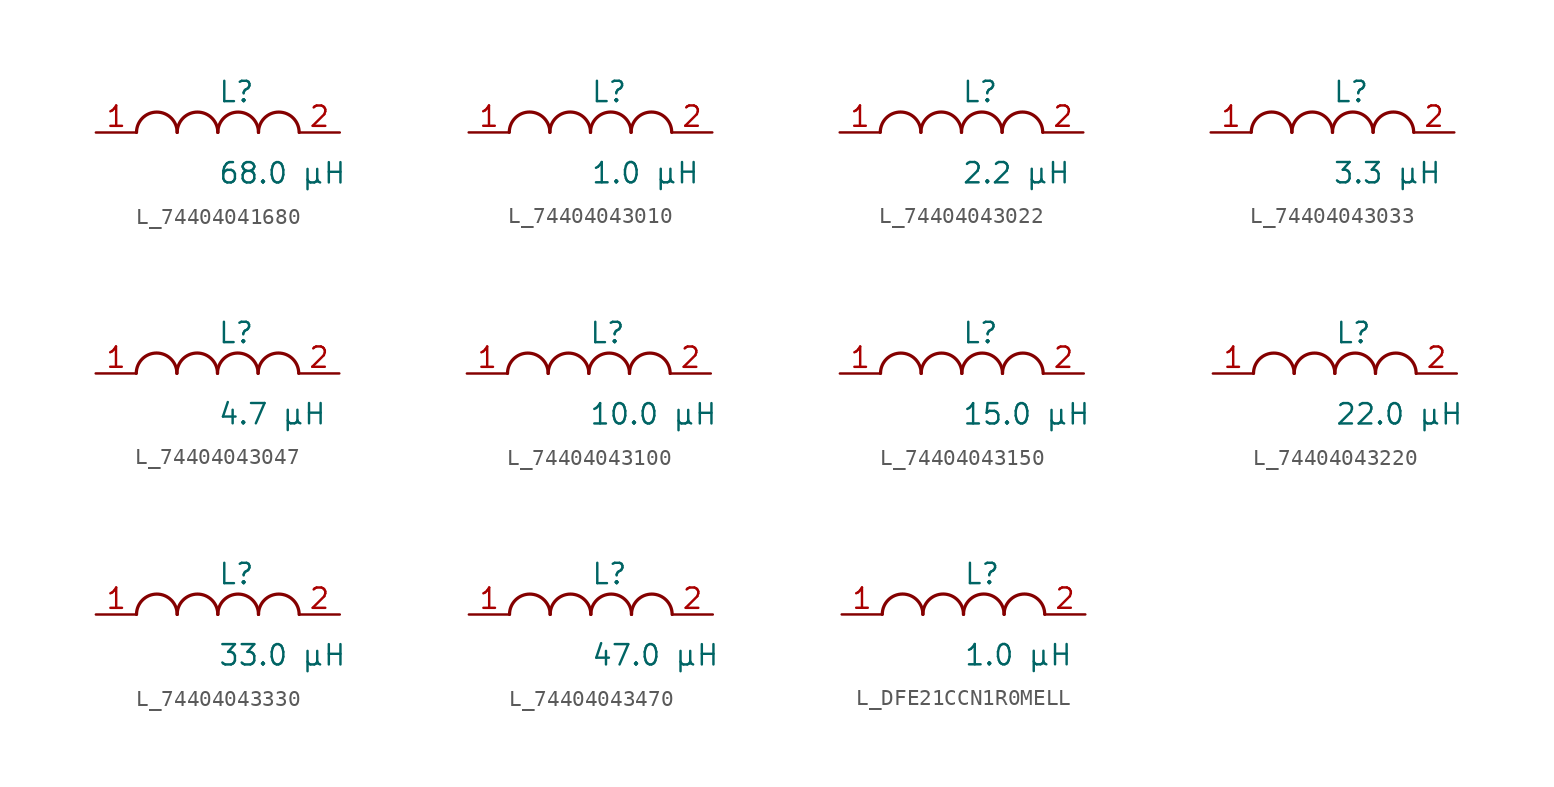
<source format=kicad_sym>
(kicad_symbol_lib
  (version 20231120)
  (generator kicad_symbol_editor)
  (generator_version 8.0)
  (symbol "L_74404041680"
    (pin_names
      (offset 0.254))
    (property "Reference" "L"
      (at 0.0 2.54 0)
      (effects (font (size 1.27 1.27)) (justify left)))
    (property "Value" "68.0 µH"
      (at 0.0 -2.54 0)
      (effects (font (size 1.27 1.27)) (justify left)))
    (symbol "L_74404041680_1_1"
      (arc (start -2.54 0.0056) (mid -3.81 1.27) (end -5.08 0.0056) (stroke (width 0.2032) (type default)) (fill (type none)))
      (arc (start 0 0.0056) (mid -1.27 1.27) (end -2.54 0.0056) (stroke (width 0.2032) (type default)) (fill (type none)))
      (arc (start 2.54 0.0056) (mid 1.27 1.27) (end 0 0.0056) (stroke (width 0.2032) (type default)) (fill (type none)))
      (arc (start 5.08 0.0056) (mid 3.81 1.27) (end 2.54 0.0056) (stroke (width 0.2032) (type default)) (fill (type none)))
      (pin unspecified line (at -7.62 0 0) (length 2.54) (name "" (effects (font (size 1.27 1.27)))) (number "1" (effects (font (size 1.27 1.27)))))
      (pin unspecified line (at 7.62 0 180) (length 2.54) (name "" (effects (font (size 1.27 1.27)))) (number "2" (effects (font (size 1.27 1.27)))))))
  (symbol "L_74404043010"
    (pin_names
      (offset 0.254))
    (property "Reference" "L"
      (at 0.0 2.54 0)
      (effects (font (size 1.27 1.27)) (justify left)))
    (property "Value" "1.0 µH"
      (at 0.0 -2.54 0)
      (effects (font (size 1.27 1.27)) (justify left)))
    (symbol "L_74404043010_1_1"
      (arc (start -2.54 0.0056) (mid -3.81 1.27) (end -5.08 0.0056) (stroke (width 0.2032) (type default)) (fill (type none)))
      (arc (start 0 0.0056) (mid -1.27 1.27) (end -2.54 0.0056) (stroke (width 0.2032) (type default)) (fill (type none)))
      (arc (start 2.54 0.0056) (mid 1.27 1.27) (end 0 0.0056) (stroke (width 0.2032) (type default)) (fill (type none)))
      (arc (start 5.08 0.0056) (mid 3.81 1.27) (end 2.54 0.0056) (stroke (width 0.2032) (type default)) (fill (type none)))
      (pin unspecified line (at -7.62 0 0) (length 2.54) (name "" (effects (font (size 1.27 1.27)))) (number "1" (effects (font (size 1.27 1.27)))))
      (pin unspecified line (at 7.62 0 180) (length 2.54) (name "" (effects (font (size 1.27 1.27)))) (number "2" (effects (font (size 1.27 1.27)))))))
  (symbol "L_74404043022"
    (pin_names
      (offset 0.254))
    (property "Reference" "L"
      (at 0.0 2.54 0)
      (effects (font (size 1.27 1.27)) (justify left)))
    (property "Value" "2.2 µH"
      (at 0.0 -2.54 0)
      (effects (font (size 1.27 1.27)) (justify left)))
    (symbol "L_74404043022_1_1"
      (arc (start -2.54 0.0056) (mid -3.81 1.27) (end -5.08 0.0056) (stroke (width 0.2032) (type default)) (fill (type none)))
      (arc (start 0 0.0056) (mid -1.27 1.27) (end -2.54 0.0056) (stroke (width 0.2032) (type default)) (fill (type none)))
      (arc (start 2.54 0.0056) (mid 1.27 1.27) (end 0 0.0056) (stroke (width 0.2032) (type default)) (fill (type none)))
      (arc (start 5.08 0.0056) (mid 3.81 1.27) (end 2.54 0.0056) (stroke (width 0.2032) (type default)) (fill (type none)))
      (pin unspecified line (at -7.62 0 0) (length 2.54) (name "" (effects (font (size 1.27 1.27)))) (number "1" (effects (font (size 1.27 1.27)))))
      (pin unspecified line (at 7.62 0 180) (length 2.54) (name "" (effects (font (size 1.27 1.27)))) (number "2" (effects (font (size 1.27 1.27)))))))
  (symbol "L_74404043033"
    (pin_names
      (offset 0.254))
    (property "Reference" "L"
      (at 0.0 2.54 0)
      (effects (font (size 1.27 1.27)) (justify left)))
    (property "Value" "3.3 µH"
      (at 0.0 -2.54 0)
      (effects (font (size 1.27 1.27)) (justify left)))
    (symbol "L_74404043033_1_1"
      (arc (start -2.54 0.0056) (mid -3.81 1.27) (end -5.08 0.0056) (stroke (width 0.2032) (type default)) (fill (type none)))
      (arc (start 0 0.0056) (mid -1.27 1.27) (end -2.54 0.0056) (stroke (width 0.2032) (type default)) (fill (type none)))
      (arc (start 2.54 0.0056) (mid 1.27 1.27) (end 0 0.0056) (stroke (width 0.2032) (type default)) (fill (type none)))
      (arc (start 5.08 0.0056) (mid 3.81 1.27) (end 2.54 0.0056) (stroke (width 0.2032) (type default)) (fill (type none)))
      (pin unspecified line (at -7.62 0 0) (length 2.54) (name "" (effects (font (size 1.27 1.27)))) (number "1" (effects (font (size 1.27 1.27)))))
      (pin unspecified line (at 7.62 0 180) (length 2.54) (name "" (effects (font (size 1.27 1.27)))) (number "2" (effects (font (size 1.27 1.27)))))))
  (symbol "L_74404043047"
    (pin_names
      (offset 0.254))
    (property "Reference" "L"
      (at 0.0 2.54 0)
      (effects (font (size 1.27 1.27)) (justify left)))
    (property "Value" "4.7 µH"
      (at 0.0 -2.54 0)
      (effects (font (size 1.27 1.27)) (justify left)))
    (symbol "L_74404043047_1_1"
      (arc (start -2.54 0.0056) (mid -3.81 1.27) (end -5.08 0.0056) (stroke (width 0.2032) (type default)) (fill (type none)))
      (arc (start 0 0.0056) (mid -1.27 1.27) (end -2.54 0.0056) (stroke (width 0.2032) (type default)) (fill (type none)))
      (arc (start 2.54 0.0056) (mid 1.27 1.27) (end 0 0.0056) (stroke (width 0.2032) (type default)) (fill (type none)))
      (arc (start 5.08 0.0056) (mid 3.81 1.27) (end 2.54 0.0056) (stroke (width 0.2032) (type default)) (fill (type none)))
      (pin unspecified line (at -7.62 0 0) (length 2.54) (name "" (effects (font (size 1.27 1.27)))) (number "1" (effects (font (size 1.27 1.27)))))
      (pin unspecified line (at 7.62 0 180) (length 2.54) (name "" (effects (font (size 1.27 1.27)))) (number "2" (effects (font (size 1.27 1.27)))))))
  (symbol "L_74404043100"
    (pin_names
      (offset 0.254))
    (property "Reference" "L"
      (at 0.0 2.54 0)
      (effects (font (size 1.27 1.27)) (justify left)))
    (property "Value" "10.0 µH"
      (at 0.0 -2.54 0)
      (effects (font (size 1.27 1.27)) (justify left)))
    (symbol "L_74404043100_1_1"
      (arc (start -2.54 0.0056) (mid -3.81 1.27) (end -5.08 0.0056) (stroke (width 0.2032) (type default)) (fill (type none)))
      (arc (start 0 0.0056) (mid -1.27 1.27) (end -2.54 0.0056) (stroke (width 0.2032) (type default)) (fill (type none)))
      (arc (start 2.54 0.0056) (mid 1.27 1.27) (end 0 0.0056) (stroke (width 0.2032) (type default)) (fill (type none)))
      (arc (start 5.08 0.0056) (mid 3.81 1.27) (end 2.54 0.0056) (stroke (width 0.2032) (type default)) (fill (type none)))
      (pin unspecified line (at -7.62 0 0) (length 2.54) (name "" (effects (font (size 1.27 1.27)))) (number "1" (effects (font (size 1.27 1.27)))))
      (pin unspecified line (at 7.62 0 180) (length 2.54) (name "" (effects (font (size 1.27 1.27)))) (number "2" (effects (font (size 1.27 1.27)))))))
  (symbol "L_74404043150"
    (pin_names
      (offset 0.254))
    (property "Reference" "L"
      (at 0.0 2.54 0)
      (effects (font (size 1.27 1.27)) (justify left)))
    (property "Value" "15.0 µH"
      (at 0.0 -2.54 0)
      (effects (font (size 1.27 1.27)) (justify left)))
    (symbol "L_74404043150_1_1"
      (arc (start -2.54 0.0056) (mid -3.81 1.27) (end -5.08 0.0056) (stroke (width 0.2032) (type default)) (fill (type none)))
      (arc (start 0 0.0056) (mid -1.27 1.27) (end -2.54 0.0056) (stroke (width 0.2032) (type default)) (fill (type none)))
      (arc (start 2.54 0.0056) (mid 1.27 1.27) (end 0 0.0056) (stroke (width 0.2032) (type default)) (fill (type none)))
      (arc (start 5.08 0.0056) (mid 3.81 1.27) (end 2.54 0.0056) (stroke (width 0.2032) (type default)) (fill (type none)))
      (pin unspecified line (at -7.62 0 0) (length 2.54) (name "" (effects (font (size 1.27 1.27)))) (number "1" (effects (font (size 1.27 1.27)))))
      (pin unspecified line (at 7.62 0 180) (length 2.54) (name "" (effects (font (size 1.27 1.27)))) (number "2" (effects (font (size 1.27 1.27)))))))
  (symbol "L_74404043220"
    (pin_names
      (offset 0.254))
    (property "Reference" "L"
      (at 0.0 2.54 0)
      (effects (font (size 1.27 1.27)) (justify left)))
    (property "Value" "22.0 µH"
      (at 0.0 -2.54 0)
      (effects (font (size 1.27 1.27)) (justify left)))
    (symbol "L_74404043220_1_1"
      (arc (start -2.54 0.0056) (mid -3.81 1.27) (end -5.08 0.0056) (stroke (width 0.2032) (type default)) (fill (type none)))
      (arc (start 0 0.0056) (mid -1.27 1.27) (end -2.54 0.0056) (stroke (width 0.2032) (type default)) (fill (type none)))
      (arc (start 2.54 0.0056) (mid 1.27 1.27) (end 0 0.0056) (stroke (width 0.2032) (type default)) (fill (type none)))
      (arc (start 5.08 0.0056) (mid 3.81 1.27) (end 2.54 0.0056) (stroke (width 0.2032) (type default)) (fill (type none)))
      (pin unspecified line (at -7.62 0 0) (length 2.54) (name "" (effects (font (size 1.27 1.27)))) (number "1" (effects (font (size 1.27 1.27)))))
      (pin unspecified line (at 7.62 0 180) (length 2.54) (name "" (effects (font (size 1.27 1.27)))) (number "2" (effects (font (size 1.27 1.27)))))))
  (symbol "L_74404043330"
    (pin_names
      (offset 0.254))
    (property "Reference" "L"
      (at 0.0 2.54 0)
      (effects (font (size 1.27 1.27)) (justify left)))
    (property "Value" "33.0 µH"
      (at 0.0 -2.54 0)
      (effects (font (size 1.27 1.27)) (justify left)))
    (symbol "L_74404043330_1_1"
      (arc (start -2.54 0.0056) (mid -3.81 1.27) (end -5.08 0.0056) (stroke (width 0.2032) (type default)) (fill (type none)))
      (arc (start 0 0.0056) (mid -1.27 1.27) (end -2.54 0.0056) (stroke (width 0.2032) (type default)) (fill (type none)))
      (arc (start 2.54 0.0056) (mid 1.27 1.27) (end 0 0.0056) (stroke (width 0.2032) (type default)) (fill (type none)))
      (arc (start 5.08 0.0056) (mid 3.81 1.27) (end 2.54 0.0056) (stroke (width 0.2032) (type default)) (fill (type none)))
      (pin unspecified line (at -7.62 0 0) (length 2.54) (name "" (effects (font (size 1.27 1.27)))) (number "1" (effects (font (size 1.27 1.27)))))
      (pin unspecified line (at 7.62 0 180) (length 2.54) (name "" (effects (font (size 1.27 1.27)))) (number "2" (effects (font (size 1.27 1.27)))))))
  (symbol "L_74404043470"
    (pin_names
      (offset 0.254))
    (property "Reference" "L"
      (at 0.0 2.54 0)
      (effects (font (size 1.27 1.27)) (justify left)))
    (property "Value" "47.0 µH"
      (at 0.0 -2.54 0)
      (effects (font (size 1.27 1.27)) (justify left)))
    (symbol "L_74404043470_1_1"
      (arc (start -2.54 0.0056) (mid -3.81 1.27) (end -5.08 0.0056) (stroke (width 0.2032) (type default)) (fill (type none)))
      (arc (start 0 0.0056) (mid -1.27 1.27) (end -2.54 0.0056) (stroke (width 0.2032) (type default)) (fill (type none)))
      (arc (start 2.54 0.0056) (mid 1.27 1.27) (end 0 0.0056) (stroke (width 0.2032) (type default)) (fill (type none)))
      (arc (start 5.08 0.0056) (mid 3.81 1.27) (end 2.54 0.0056) (stroke (width 0.2032) (type default)) (fill (type none)))
      (pin unspecified line (at -7.62 0 0) (length 2.54) (name "" (effects (font (size 1.27 1.27)))) (number "1" (effects (font (size 1.27 1.27)))))
      (pin unspecified line (at 7.62 0 180) (length 2.54) (name "" (effects (font (size 1.27 1.27)))) (number "2" (effects (font (size 1.27 1.27)))))))
  (symbol "L_DFE21CCN1R0MELL"
    (pin_names
      (offset 0.254))
    (property "Reference" "L"
      (at 0.0 2.54 0)
      (effects (font (size 1.27 1.27)) (justify left)))
    (property "Value" "1.0 µH"
      (at 0.0 -2.54 0)
      (effects (font (size 1.27 1.27)) (justify left)))
    (symbol "L_DFE21CCN1R0MELL_1_1"
      (arc (start -2.54 0.0056) (mid -3.81 1.27) (end -5.08 0.0056) (stroke (width 0.2032) (type default)) (fill (type none)))
      (arc (start 0 0.0056) (mid -1.27 1.27) (end -2.54 0.0056) (stroke (width 0.2032) (type default)) (fill (type none)))
      (arc (start 2.54 0.0056) (mid 1.27 1.27) (end 0 0.0056) (stroke (width 0.2032) (type default)) (fill (type none)))
      (arc (start 5.08 0.0056) (mid 3.81 1.27) (end 2.54 0.0056) (stroke (width 0.2032) (type default)) (fill (type none)))
      (pin unspecified line (at -7.62 0 0) (length 2.54) (name "" (effects (font (size 1.27 1.27)))) (number "1" (effects (font (size 1.27 1.27)))))
      (pin unspecified line (at 7.62 0 180) (length 2.54) (name "" (effects (font (size 1.27 1.27)))) (number "2" (effects (font (size 1.27 1.27))))))))
</source>
